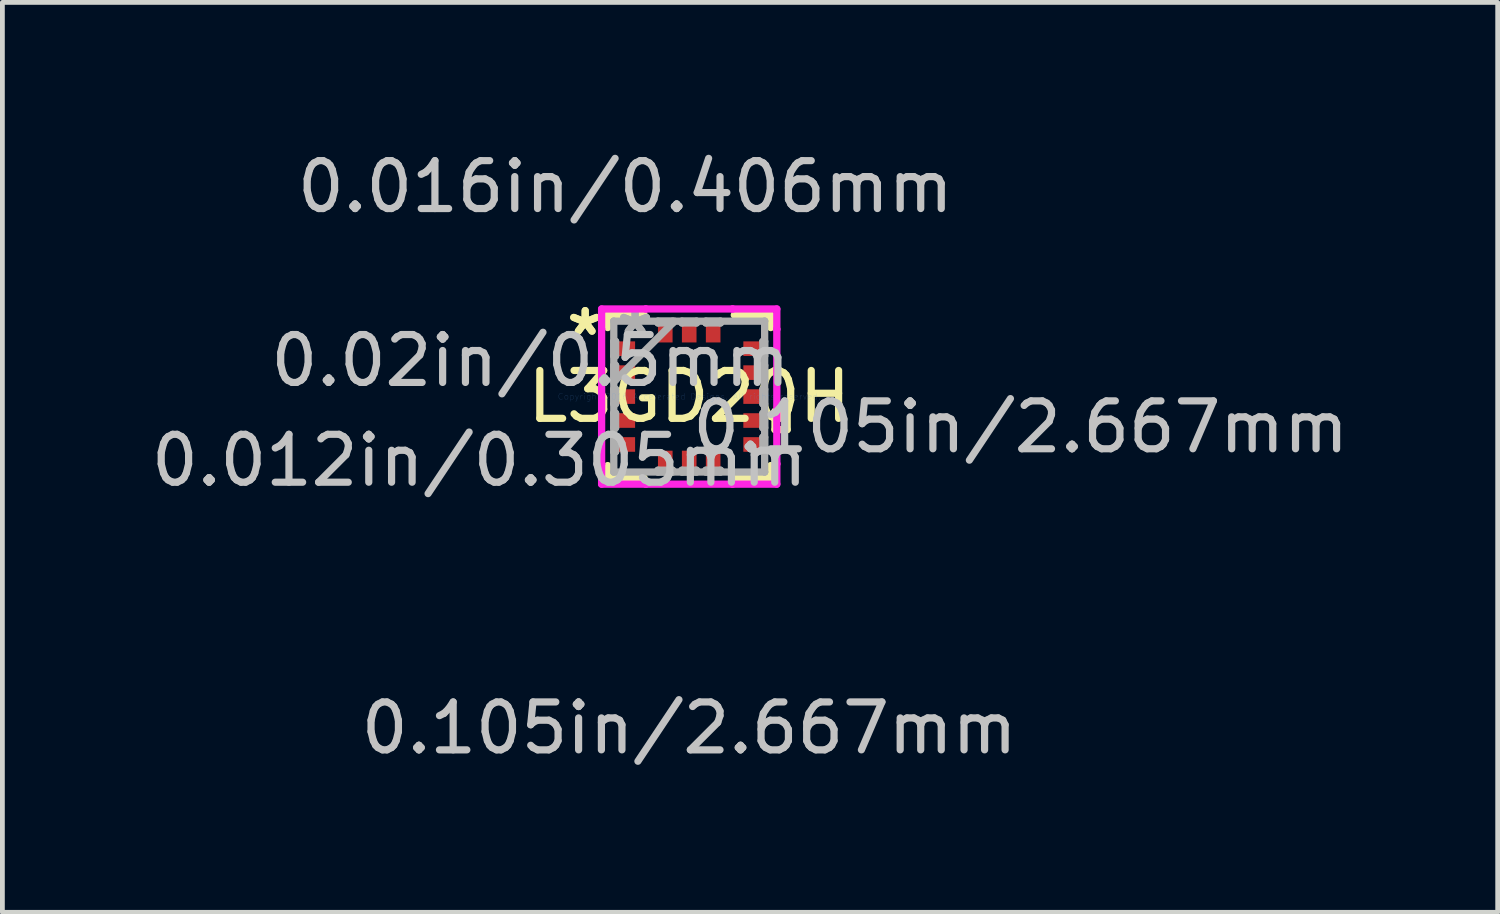
<source format=kicad_pcb>
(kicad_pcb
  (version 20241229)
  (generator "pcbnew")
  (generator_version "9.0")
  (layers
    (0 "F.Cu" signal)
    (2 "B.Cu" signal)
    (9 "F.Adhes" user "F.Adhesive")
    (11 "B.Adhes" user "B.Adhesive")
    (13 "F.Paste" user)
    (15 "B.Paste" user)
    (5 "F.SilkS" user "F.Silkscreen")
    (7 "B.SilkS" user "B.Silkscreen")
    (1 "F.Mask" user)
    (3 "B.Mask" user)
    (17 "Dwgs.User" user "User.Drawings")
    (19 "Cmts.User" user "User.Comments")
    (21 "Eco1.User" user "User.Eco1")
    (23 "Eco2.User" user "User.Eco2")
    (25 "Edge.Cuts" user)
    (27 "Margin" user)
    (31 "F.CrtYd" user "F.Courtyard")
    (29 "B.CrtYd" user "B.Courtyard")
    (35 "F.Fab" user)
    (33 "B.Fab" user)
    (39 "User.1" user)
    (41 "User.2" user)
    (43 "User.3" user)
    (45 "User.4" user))
  (footprint "L3GD20H"
    (layer "F.Cu")
    (at 11.34 5.23)
    (property "Reference" "L3GD20H" (at 0 0 0) (layer "F.SilkS") (effects (font (size 1 1) (thickness 0.15))))
    (attr through_hole)
    (fp_line (start -1.702 -1.702) (end -1.702 -1.441) (stroke (width 0.152) (type solid)) (layer "F.SilkS"))
    (fp_line (start -1.702 1.441) (end -1.702 1.702) (stroke (width 0.152) (type solid)) (layer "F.SilkS"))
    (fp_line (start -1.702 1.702) (end -0.941 1.702) (stroke (width 0.152) (type solid)) (layer "F.SilkS"))
    (fp_line (start -0.941 -1.702) (end -1.702 -1.702) (stroke (width 0.152) (type solid)) (layer "F.SilkS"))
    (fp_line (start 0.941 1.702) (end 1.702 1.702) (stroke (width 0.152) (type solid)) (layer "F.SilkS"))
    (fp_line (start 1.702 -1.702) (end 0.941 -1.702) (stroke (width 0.152) (type solid)) (layer "F.SilkS"))
    (fp_line (start 1.702 -1.441) (end 1.702 -1.702) (stroke (width 0.152) (type solid)) (layer "F.SilkS"))
    (fp_line (start 1.702 1.702) (end 1.702 1.441) (stroke (width 0.152) (type solid)) (layer "F.SilkS"))
    (fp_line (start 1.791 0.309) (end 2.045 0.309) (stroke (width 0.152) (type solid)) (layer "F.SilkS"))
    (fp_line (start 1.791 0.69) (end 1.791 0.309) (stroke (width 0.152) (type solid)) (layer "F.SilkS"))
    (fp_line (start 2.045 0.309) (end 2.045 0.69) (stroke (width 0.152) (type solid)) (layer "F.SilkS"))
    (fp_line (start 2.045 0.69) (end 1.791 0.69) (stroke (width 0.152) (type solid)) (layer "F.SilkS"))
    (fp_line (start -1.829 -1.829) (end -0.906 -1.829) (stroke (width 0.152) (type solid)) (layer "F.CrtYd"))
    (fp_line (start -1.829 -1.406) (end -1.829 -1.829) (stroke (width 0.152) (type solid)) (layer "F.CrtYd"))
    (fp_line (start -1.829 -1.406) (end -1.829 -1.406) (stroke (width 0.152) (type solid)) (layer "F.CrtYd"))
    (fp_line (start -1.829 1.406) (end -1.829 -1.406) (stroke (width 0.152) (type solid)) (layer "F.CrtYd"))
    (fp_line (start -1.829 1.406) (end -1.829 1.406) (stroke (width 0.152) (type solid)) (layer "F.CrtYd"))
    (fp_line (start -1.829 1.829) (end -1.829 1.406) (stroke (width 0.152) (type solid)) (layer "F.CrtYd"))
    (fp_line (start -0.906 -1.829) (end -0.906 -1.829) (stroke (width 0.152) (type solid)) (layer "F.CrtYd"))
    (fp_line (start -0.906 -1.829) (end 0.906 -1.829) (stroke (width 0.152) (type solid)) (layer "F.CrtYd"))
    (fp_line (start -0.906 1.829) (end -1.829 1.829) (stroke (width 0.152) (type solid)) (layer "F.CrtYd"))
    (fp_line (start -0.906 1.829) (end -0.906 1.829) (stroke (width 0.152) (type solid)) (layer "F.CrtYd"))
    (fp_line (start 0.906 -1.829) (end 0.906 -1.829) (stroke (width 0.152) (type solid)) (layer "F.CrtYd"))
    (fp_line (start 0.906 -1.829) (end 1.829 -1.829) (stroke (width 0.152) (type solid)) (layer "F.CrtYd"))
    (fp_line (start 0.906 1.829) (end -0.906 1.829) (stroke (width 0.152) (type solid)) (layer "F.CrtYd"))
    (fp_line (start 0.906 1.829) (end 0.906 1.829) (stroke (width 0.152) (type solid)) (layer "F.CrtYd"))
    (fp_line (start 1.829 -1.829) (end 1.829 -1.406) (stroke (width 0.152) (type solid)) (layer "F.CrtYd"))
    (fp_line (start 1.829 -1.406) (end 1.829 -1.406) (stroke (width 0.152) (type solid)) (layer "F.CrtYd"))
    (fp_line (start 1.829 -1.406) (end 1.829 1.406) (stroke (width 0.152) (type solid)) (layer "F.CrtYd"))
    (fp_line (start 1.829 1.406) (end 1.829 1.406) (stroke (width 0.152) (type solid)) (layer "F.CrtYd"))
    (fp_line (start 1.829 1.406) (end 1.829 1.829) (stroke (width 0.152) (type solid)) (layer "F.CrtYd"))
    (fp_line (start 1.829 1.829) (end 0.906 1.829) (stroke (width 0.152) (type solid)) (layer "F.CrtYd"))
    (fp_line (start -1.575 -1.575) (end -1.575 -1.575) (stroke (width 0.152) (type solid)) (layer "F.Fab"))
    (fp_line (start -1.575 -1.575) (end -1.575 1.575) (stroke (width 0.152) (type solid)) (layer "F.Fab"))
    (fp_line (start -1.575 -1.152) (end -1.537 -1.152) (stroke (width 0.152) (type solid)) (layer "F.Fab"))
    (fp_line (start -1.575 -0.848) (end -1.575 -1.152) (stroke (width 0.152) (type solid)) (layer "F.Fab"))
    (fp_line (start -1.575 -0.652) (end -1.537 -0.652) (stroke (width 0.152) (type solid)) (layer "F.Fab"))
    (fp_line (start -1.575 -0.348) (end -1.575 -0.652) (stroke (width 0.152) (type solid)) (layer "F.Fab"))
    (fp_line (start -1.575 -0.305) (end -0.305 -1.575) (stroke (width 0.152) (type solid)) (layer "F.Fab"))
    (fp_line (start -1.575 -0.152) (end -1.537 -0.152) (stroke (width 0.152) (type solid)) (layer "F.Fab"))
    (fp_line (start -1.575 0.152) (end -1.575 -0.152) (stroke (width 0.152) (type solid)) (layer "F.Fab"))
    (fp_line (start -1.575 0.348) (end -1.537 0.348) (stroke (width 0.152) (type solid)) (layer "F.Fab"))
    (fp_line (start -1.575 0.652) (end -1.575 0.348) (stroke (width 0.152) (type solid)) (layer "F.Fab"))
    (fp_line (start -1.575 0.848) (end -1.537 0.848) (stroke (width 0.152) (type solid)) (layer "F.Fab"))
    (fp_line (start -1.575 1.152) (end -1.575 0.848) (stroke (width 0.152) (type solid)) (layer "F.Fab"))
    (fp_line (start -1.575 1.575) (end -1.575 1.575) (stroke (width 0.152) (type solid)) (layer "F.Fab"))
    (fp_line (start -1.575 1.575) (end 1.575 1.575) (stroke (width 0.152) (type solid)) (layer "F.Fab"))
    (fp_line (start -1.537 -1.152) (end -1.537 -0.848) (stroke (width 0.152) (type solid)) (layer "F.Fab"))
    (fp_line (start -1.537 -0.848) (end -1.575 -0.848) (stroke (width 0.152) (type solid)) (layer "F.Fab"))
    (fp_line (start -1.537 -0.652) (end -1.537 -0.348) (stroke (width 0.152) (type solid)) (layer "F.Fab"))
    (fp_line (start -1.537 -0.348) (end -1.575 -0.348) (stroke (width 0.152) (type solid)) (layer "F.Fab"))
    (fp_line (start -1.537 -0.152) (end -1.537 0.152) (stroke (width 0.152) (type solid)) (layer "F.Fab"))
    (fp_line (start -1.537 0.152) (end -1.575 0.152) (stroke (width 0.152) (type solid)) (layer "F.Fab"))
    (fp_line (start -1.537 0.348) (end -1.537 0.652) (stroke (width 0.152) (type solid)) (layer "F.Fab"))
    (fp_line (start -1.537 0.652) (end -1.575 0.652) (stroke (width 0.152) (type solid)) (layer "F.Fab"))
    (fp_line (start -1.537 0.848) (end -1.537 1.152) (stroke (width 0.152) (type solid)) (layer "F.Fab"))
    (fp_line (start -1.537 1.152) (end -1.575 1.152) (stroke (width 0.152) (type solid)) (layer "F.Fab"))
    (fp_line (start -0.652 -1.575) (end -0.348 -1.575) (stroke (width 0.152) (type solid)) (layer "F.Fab"))
    (fp_line (start -0.652 -1.537) (end -0.652 -1.575) (stroke (width 0.152) (type solid)) (layer "F.Fab"))
    (fp_line (start -0.652 1.537) (end -0.348 1.537) (stroke (width 0.152) (type solid)) (layer "F.Fab"))
    (fp_line (start -0.652 1.575) (end -0.652 1.537) (stroke (width 0.152) (type solid)) (layer "F.Fab"))
    (fp_line (start -0.348 -1.575) (end -0.348 -1.537) (stroke (width 0.152) (type solid)) (layer "F.Fab"))
    (fp_line (start -0.348 -1.537) (end -0.652 -1.537) (stroke (width 0.152) (type solid)) (layer "F.Fab"))
    (fp_line (start -0.348 1.537) (end -0.348 1.575) (stroke (width 0.152) (type solid)) (layer "F.Fab"))
    (fp_line (start -0.348 1.575) (end -0.652 1.575) (stroke (width 0.152) (type solid)) (layer "F.Fab"))
    (fp_line (start -0.152 -1.575) (end 0.152 -1.575) (stroke (width 0.152) (type solid)) (layer "F.Fab"))
    (fp_line (start -0.152 -1.537) (end -0.152 -1.575) (stroke (width 0.152) (type solid)) (layer "F.Fab"))
    (fp_line (start -0.152 1.537) (end 0.152 1.537) (stroke (width 0.152) (type solid)) (layer "F.Fab"))
    (fp_line (start -0.152 1.575) (end -0.152 1.537) (stroke (width 0.152) (type solid)) (layer "F.Fab"))
    (fp_line (start 0.152 -1.575) (end 0.152 -1.537) (stroke (width 0.152) (type solid)) (layer "F.Fab"))
    (fp_line (start 0.152 -1.537) (end -0.152 -1.537) (stroke (width 0.152) (type solid)) (layer "F.Fab"))
    (fp_line (start 0.152 1.537) (end 0.152 1.575) (stroke (width 0.152) (type solid)) (layer "F.Fab"))
    (fp_line (start 0.152 1.575) (end -0.152 1.575) (stroke (width 0.152) (type solid)) (layer "F.Fab"))
    (fp_line (start 0.348 -1.575) (end 0.652 -1.575) (stroke (width 0.152) (type solid)) (layer "F.Fab"))
    (fp_line (start 0.348 -1.537) (end 0.348 -1.575) (stroke (width 0.152) (type solid)) (layer "F.Fab"))
    (fp_line (start 0.348 1.537) (end 0.652 1.537) (stroke (width 0.152) (type solid)) (layer "F.Fab"))
    (fp_line (start 0.348 1.575) (end 0.348 1.537) (stroke (width 0.152) (type solid)) (layer "F.Fab"))
    (fp_line (start 0.652 -1.575) (end 0.652 -1.537) (stroke (width 0.152) (type solid)) (layer "F.Fab"))
    (fp_line (start 0.652 -1.537) (end 0.348 -1.537) (stroke (width 0.152) (type solid)) (layer "F.Fab"))
    (fp_line (start 0.652 1.537) (end 0.652 1.575) (stroke (width 0.152) (type solid)) (layer "F.Fab"))
    (fp_line (start 0.652 1.575) (end 0.348 1.575) (stroke (width 0.152) (type solid)) (layer "F.Fab"))
    (fp_line (start 1.537 -1.152) (end 1.575 -1.152) (stroke (width 0.152) (type solid)) (layer "F.Fab"))
    (fp_line (start 1.537 -0.848) (end 1.537 -1.152) (stroke (width 0.152) (type solid)) (layer "F.Fab"))
    (fp_line (start 1.537 -0.652) (end 1.575 -0.652) (stroke (width 0.152) (type solid)) (layer "F.Fab"))
    (fp_line (start 1.537 -0.348) (end 1.537 -0.652) (stroke (width 0.152) (type solid)) (layer "F.Fab"))
    (fp_line (start 1.537 -0.152) (end 1.575 -0.152) (stroke (width 0.152) (type solid)) (layer "F.Fab"))
    (fp_line (start 1.537 0.152) (end 1.537 -0.152) (stroke (width 0.152) (type solid)) (layer "F.Fab"))
    (fp_line (start 1.537 0.348) (end 1.575 0.348) (stroke (width 0.152) (type solid)) (layer "F.Fab"))
    (fp_line (start 1.537 0.652) (end 1.537 0.348) (stroke (width 0.152) (type solid)) (layer "F.Fab"))
    (fp_line (start 1.537 0.848) (end 1.575 0.848) (stroke (width 0.152) (type solid)) (layer "F.Fab"))
    (fp_line (start 1.537 1.152) (end 1.537 0.848) (stroke (width 0.152) (type solid)) (layer "F.Fab"))
    (fp_line (start 1.575 -1.575) (end -1.575 -1.575) (stroke (width 0.152) (type solid)) (layer "F.Fab"))
    (fp_line (start 1.575 -1.575) (end 1.575 -1.575) (stroke (width 0.152) (type solid)) (layer "F.Fab"))
    (fp_line (start 1.575 -1.152) (end 1.575 -0.848) (stroke (width 0.152) (type solid)) (layer "F.Fab"))
    (fp_line (start 1.575 -0.848) (end 1.537 -0.848) (stroke (width 0.152) (type solid)) (layer "F.Fab"))
    (fp_line (start 1.575 -0.652) (end 1.575 -0.348) (stroke (width 0.152) (type solid)) (layer "F.Fab"))
    (fp_line (start 1.575 -0.348) (end 1.537 -0.348) (stroke (width 0.152) (type solid)) (layer "F.Fab"))
    (fp_line (start 1.575 -0.152) (end 1.575 0.152) (stroke (width 0.152) (type solid)) (layer "F.Fab"))
    (fp_line (start 1.575 0.152) (end 1.537 0.152) (stroke (width 0.152) (type solid)) (layer "F.Fab"))
    (fp_line (start 1.575 0.348) (end 1.575 0.652) (stroke (width 0.152) (type solid)) (layer "F.Fab"))
    (fp_line (start 1.575 0.652) (end 1.537 0.652) (stroke (width 0.152) (type solid)) (layer "F.Fab"))
    (fp_line (start 1.575 0.848) (end 1.575 1.152) (stroke (width 0.152) (type solid)) (layer "F.Fab"))
    (fp_line (start 1.575 1.152) (end 1.537 1.152) (stroke (width 0.152) (type solid)) (layer "F.Fab"))
    (fp_line (start 1.575 1.575) (end 1.575 -1.575) (stroke (width 0.152) (type solid)) (layer "F.Fab"))
    (fp_line (start 1.575 1.575) (end 1.575 1.575) (stroke (width 0.152) (type solid)) (layer "F.Fab"))
    (fp_text user "*" (at -2.172 -1.25 0) (layer "F.SilkS") (effects (font (size 1 1) (thickness 0.15))))
    (fp_text user "*" (at -2.172 -1.25 0) (layer "F.SilkS") (effects (font (size 1 1) (thickness 0.15))))
    (fp_text user "0.02in/0.5mm" (at -3.315 -0.75 0) (layer "Dwgs.User") (effects (font (size 1 1) (thickness 0.15))))
    (fp_text user "0.012in/0.305mm" (at -4.381 1.333 0) (layer "Dwgs.User") (effects (font (size 1 1) (thickness 0.15))))
    (fp_text user "0.105in/2.667mm" (at 6.921 0.635 0) (layer "Dwgs.User") (effects (font (size 1 1) (thickness 0.15))))
    (fp_text user "0.016in/0.406mm" (at -1.333 -4.381 0) (layer "Dwgs.User") (effects (font (size 1 1) (thickness 0.15))))
    (fp_text user "0.105in/2.667mm" (at 0 6.921 0) (layer "Dwgs.User") (effects (font (size 1 1) (thickness 0.15))))
    (fp_text user "Copyright 2016 Accelerated Designs. All rights reserved." (at 0 0 0) (layer "Cmts.User") (effects (font (size 0.127 0.127) (thickness 0.002))))
    (fp_text user "*" (at -1.13 -1.25 0) (layer "F.Fab") (effects (font (size 1 1) (thickness 0.15))))
    (fp_text user "*" (at -1.13 -1.25 0) (layer "F.Fab") (effects (font (size 1 1) (thickness 0.15))))
    (pad "1" smd rect (at -1.333 -1 90) (size 0.305 0.406) (layers "F.Cu" "F.Mask" "F.Paste"))
    (pad "2" smd rect (at -1.333 -0.5 90) (size 0.305 0.406) (layers "F.Cu" "F.Mask" "F.Paste"))
    (pad "3" smd rect (at -1.333 0 90) (size 0.305 0.406) (layers "F.Cu" "F.Mask" "F.Paste"))
    (pad "4" smd rect (at -1.333 0.5 90) (size 0.305 0.406) (layers "F.Cu" "F.Mask" "F.Paste"))
    (pad "5" smd rect (at -1.333 1 90) (size 0.305 0.406) (layers "F.Cu" "F.Mask" "F.Paste"))
    (pad "6" smd rect (at -0.5 1.333) (size 0.305 0.406) (layers "F.Cu" "F.Mask" "F.Paste"))
    (pad "7" smd rect (at 0 1.333) (size 0.305 0.406) (layers "F.Cu" "F.Mask" "F.Paste"))
    (pad "8" smd rect (at 0.5 1.333) (size 0.305 0.406) (layers "F.Cu" "F.Mask" "F.Paste"))
    (pad "9" smd rect (at 1.333 1 90) (size 0.305 0.406) (layers "F.Cu" "F.Mask" "F.Paste"))
    (pad "10" smd rect (at 1.333 0.5 90) (size 0.305 0.406) (layers "F.Cu" "F.Mask" "F.Paste"))
    (pad "11" smd rect (at 1.333 0 90) (size 0.305 0.406) (layers "F.Cu" "F.Mask" "F.Paste"))
    (pad "12" smd rect (at 1.333 -0.5 90) (size 0.305 0.406) (layers "F.Cu" "F.Mask" "F.Paste"))
    (pad "13" smd rect (at 1.333 -1 90) (size 0.305 0.406) (layers "F.Cu" "F.Mask" "F.Paste"))
    (pad "14" smd rect (at 0.5 -1.333) (size 0.305 0.406) (layers "F.Cu" "F.Mask" "F.Paste"))
    (pad "15" smd rect (at 0 -1.333) (size 0.305 0.406) (layers "F.Cu" "F.Mask" "F.Paste"))
    (pad "16" smd rect (at -0.5 -1.333) (size 0.305 0.406) (layers "F.Cu" "F.Mask" "F.Paste")))
  (gr_rect
    (start -3 -3)
    (end 28.22 15.999)
    (stroke (width 0.1) (type default))
    (fill no)
    (layer "Edge.Cuts")))
</source>
